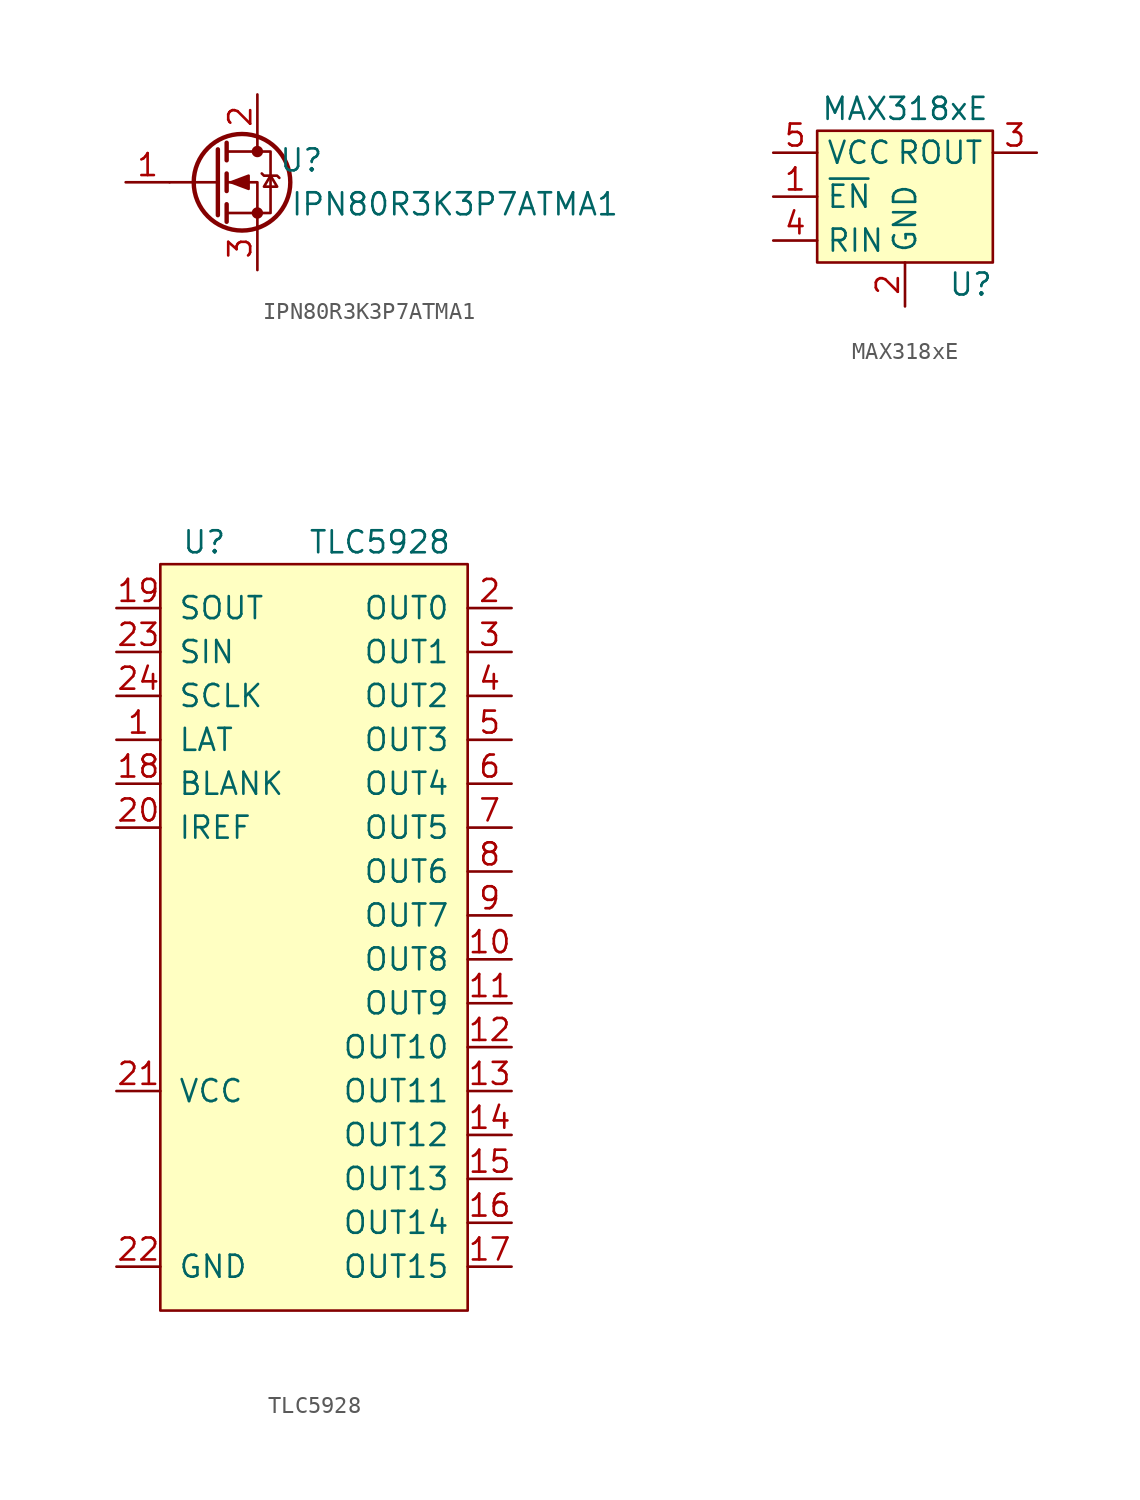
<source format=kicad_sym>
(kicad_symbol_lib
  (version 20211014)
  (generator kicad_symbol_editor)
  (symbol "IPN80R3K3P7ATMA1"
    (pin_names
      (offset 1.016))
    (property "Reference" "U"
      (at 2.54 1.27 0)
      (effects (font (size 1.27 1.27))))
    (property "Value" "IPN80R3K3P7ATMA1"
      (at 11.43 -1.27 0)
      (effects (font (size 1.27 1.27))))
    (symbol "IPN80R3K3P7ATMA1_1_1"
      (circle (center -0.889 0) (radius 2.794) (stroke (width 0.254) (type default) (color 0 0 0 0)) (fill (type none)))
      (circle (center 0 -1.778) (radius 0.254) (stroke (width 0) (type default) (color 0 0 0 0)) (fill (type outline)))
      (polyline (pts (xy -2.286 0) (xy -5.08 0)) (stroke (width 0) (type default) (color 0 0 0 0)) (fill (type none)))
      (polyline (pts (xy -2.286 1.905) (xy -2.286 -1.905)) (stroke (width 0.254) (type default) (color 0 0 0 0)) (fill (type none)))
      (polyline (pts (xy -1.778 -1.27) (xy -1.778 -2.286)) (stroke (width 0.254) (type default) (color 0 0 0 0)) (fill (type none)))
      (polyline (pts (xy -1.778 0.508) (xy -1.778 -0.508)) (stroke (width 0.254) (type default) (color 0 0 0 0)) (fill (type none)))
      (polyline (pts (xy -1.778 2.286) (xy -1.778 1.27)) (stroke (width 0.254) (type default) (color 0 0 0 0)) (fill (type none)))
      (polyline (pts (xy 0 2.54) (xy 0 1.778)) (stroke (width 0) (type default) (color 0 0 0 0)) (fill (type none)))
      (polyline (pts (xy 0 -2.54) (xy 0 0) (xy -1.778 0)) (stroke (width 0) (type default) (color 0 0 0 0)) (fill (type none)))
      (polyline (pts (xy -1.778 -1.778) (xy 0.762 -1.778) (xy 0.762 1.778) (xy -1.778 1.778)) (stroke (width 0) (type default) (color 0 0 0 0)) (fill (type none)))
      (polyline (pts (xy -1.524 0) (xy -0.508 0.381) (xy -0.508 -0.381) (xy -1.524 0)) (stroke (width 0) (type default) (color 0 0 0 0)) (fill (type outline)))
      (polyline (pts (xy 0.254 0.508) (xy 0.381 0.381) (xy 1.143 0.381) (xy 1.27 0.254)) (stroke (width 0) (type default) (color 0 0 0 0)) (fill (type none)))
      (polyline (pts (xy 0.762 0.381) (xy 0.381 -0.254) (xy 1.143 -0.254) (xy 0.762 0.381)) (stroke (width 0) (type default) (color 0 0 0 0)) (fill (type none)))
      (circle (center 0 1.778) (radius 0.254) (stroke (width 0) (type default) (color 0 0 0 0)) (fill (type outline)))
      (pin input line (at -7.62 0 0) (length 2.54) (name "~" (effects (font (size 1.27 1.27)))) (number "1" (effects (font (size 1.27 1.27)))))
      (pin passive line (at 0 5.08 270) (length 2.54) (name "~" (effects (font (size 1.27 1.27)))) (number "2" (effects (font (size 1.27 1.27)))))
      (pin passive line (at 0 -5.08 90) (length 2.54) (name "~" (effects (font (size 1.27 1.27)))) (number "3" (effects (font (size 1.27 1.27)))))))
  (symbol "MAX318xE"
    (property "Reference" "U"
      (at 3.81 -5.08 0)
      (effects (font (size 1.27 1.27))))
    (property "Value" "MAX318xE"
      (at 0 5.08 0)
      (effects (font (size 1.27 1.27))))
    (symbol "MAX318xE_0_1"
      (rectangle (start -5.08 3.81) (end 5.08 -3.81) (stroke (width 0) (type default) (color 0 0 0 0)) (fill (type background))))
    (symbol "MAX318xE_1_1"
      (pin input line (at -7.62 0 0) (length 2.54) (name "~{EN}" (effects (font (size 1.27 1.27)))) (number "1" (effects (font (size 1.27 1.27)))))
      (pin power_in line (at 0 -6.35 90) (length 2.54) (name "GND" (effects (font (size 1.27 1.27)))) (number "2" (effects (font (size 1.27 1.27)))))
      (pin output line (at 7.62 2.54 180) (length 2.54) (name "ROUT" (effects (font (size 1.27 1.27)))) (number "3" (effects (font (size 1.27 1.27)))))
      (pin input line (at -7.62 -2.54 0) (length 2.54) (name "RIN" (effects (font (size 1.27 1.27)))) (number "4" (effects (font (size 1.27 1.27)))))
      (pin power_in line (at -7.62 2.54 0) (length 2.54) (name "VCC" (effects (font (size 1.27 1.27)))) (number "5" (effects (font (size 1.27 1.27)))))))
  (symbol "TLC5928"
    (pin_names
      (offset 1.016))
    (property "Reference" "U"
      (at -6.35 21.59 0)
      (effects (font (size 1.27 1.27))))
    (property "Value" "TLC5928"
      (at 3.81 21.59 0)
      (effects (font (size 1.27 1.27))))
    (symbol "TLC5928_0_1"
      (rectangle (start -8.89 20.32) (end 8.89 -22.86) (stroke (width 0) (type default) (color 0 0 0 0)) (fill (type background))))
    (symbol "TLC5928_1_1"
      (pin input line (at -11.43 10.16 0) (length 2.54) (name "LAT" (effects (font (size 1.27 1.27)))) (number "1" (effects (font (size 1.27 1.27)))))
      (pin output line (at 11.43 -2.54 180) (length 2.54) (name "OUT8" (effects (font (size 1.27 1.27)))) (number "10" (effects (font (size 1.27 1.27)))))
      (pin output line (at 11.43 -5.08 180) (length 2.54) (name "OUT9" (effects (font (size 1.27 1.27)))) (number "11" (effects (font (size 1.27 1.27)))))
      (pin output line (at 11.43 -7.62 180) (length 2.54) (name "OUT10" (effects (font (size 1.27 1.27)))) (number "12" (effects (font (size 1.27 1.27)))))
      (pin output line (at 11.43 -10.16 180) (length 2.54) (name "OUT11" (effects (font (size 1.27 1.27)))) (number "13" (effects (font (size 1.27 1.27)))))
      (pin output line (at 11.43 -12.7 180) (length 2.54) (name "OUT12" (effects (font (size 1.27 1.27)))) (number "14" (effects (font (size 1.27 1.27)))))
      (pin output line (at 11.43 -15.24 180) (length 2.54) (name "OUT13" (effects (font (size 1.27 1.27)))) (number "15" (effects (font (size 1.27 1.27)))))
      (pin output line (at 11.43 -17.78 180) (length 2.54) (name "OUT14" (effects (font (size 1.27 1.27)))) (number "16" (effects (font (size 1.27 1.27)))))
      (pin output line (at 11.43 -20.32 180) (length 2.54) (name "OUT15" (effects (font (size 1.27 1.27)))) (number "17" (effects (font (size 1.27 1.27)))))
      (pin input line (at -11.43 7.62 0) (length 2.54) (name "BLANK" (effects (font (size 1.27 1.27)))) (number "18" (effects (font (size 1.27 1.27)))))
      (pin output line (at -11.43 17.78 0) (length 2.54) (name "SOUT" (effects (font (size 1.27 1.27)))) (number "19" (effects (font (size 1.27 1.27)))))
      (pin output line (at 11.43 17.78 180) (length 2.54) (name "OUT0" (effects (font (size 1.27 1.27)))) (number "2" (effects (font (size 1.27 1.27)))))
      (pin input line (at -11.43 5.08 0) (length 2.54) (name "IREF" (effects (font (size 1.27 1.27)))) (number "20" (effects (font (size 1.27 1.27)))))
      (pin power_in line (at -11.43 -10.16 0) (length 2.54) (name "VCC" (effects (font (size 1.27 1.27)))) (number "21" (effects (font (size 1.27 1.27)))))
      (pin power_in line (at -11.43 -20.32 0) (length 2.54) (name "GND" (effects (font (size 1.27 1.27)))) (number "22" (effects (font (size 1.27 1.27)))))
      (pin input line (at -11.43 15.24 0) (length 2.54) (name "SIN" (effects (font (size 1.27 1.27)))) (number "23" (effects (font (size 1.27 1.27)))))
      (pin input line (at -11.43 12.7 0) (length 2.54) (name "SCLK" (effects (font (size 1.27 1.27)))) (number "24" (effects (font (size 1.27 1.27)))))
      (pin output line (at 11.43 15.24 180) (length 2.54) (name "OUT1" (effects (font (size 1.27 1.27)))) (number "3" (effects (font (size 1.27 1.27)))))
      (pin output line (at 11.43 12.7 180) (length 2.54) (name "OUT2" (effects (font (size 1.27 1.27)))) (number "4" (effects (font (size 1.27 1.27)))))
      (pin output line (at 11.43 10.16 180) (length 2.54) (name "OUT3" (effects (font (size 1.27 1.27)))) (number "5" (effects (font (size 1.27 1.27)))))
      (pin output line (at 11.43 7.62 180) (length 2.54) (name "OUT4" (effects (font (size 1.27 1.27)))) (number "6" (effects (font (size 1.27 1.27)))))
      (pin output line (at 11.43 5.08 180) (length 2.54) (name "OUT5" (effects (font (size 1.27 1.27)))) (number "7" (effects (font (size 1.27 1.27)))))
      (pin output line (at 11.43 2.54 180) (length 2.54) (name "OUT6" (effects (font (size 1.27 1.27)))) (number "8" (effects (font (size 1.27 1.27)))))
      (pin output line (at 11.43 0 180) (length 2.54) (name "OUT7" (effects (font (size 1.27 1.27)))) (number "9" (effects (font (size 1.27 1.27))))))))
</source>
